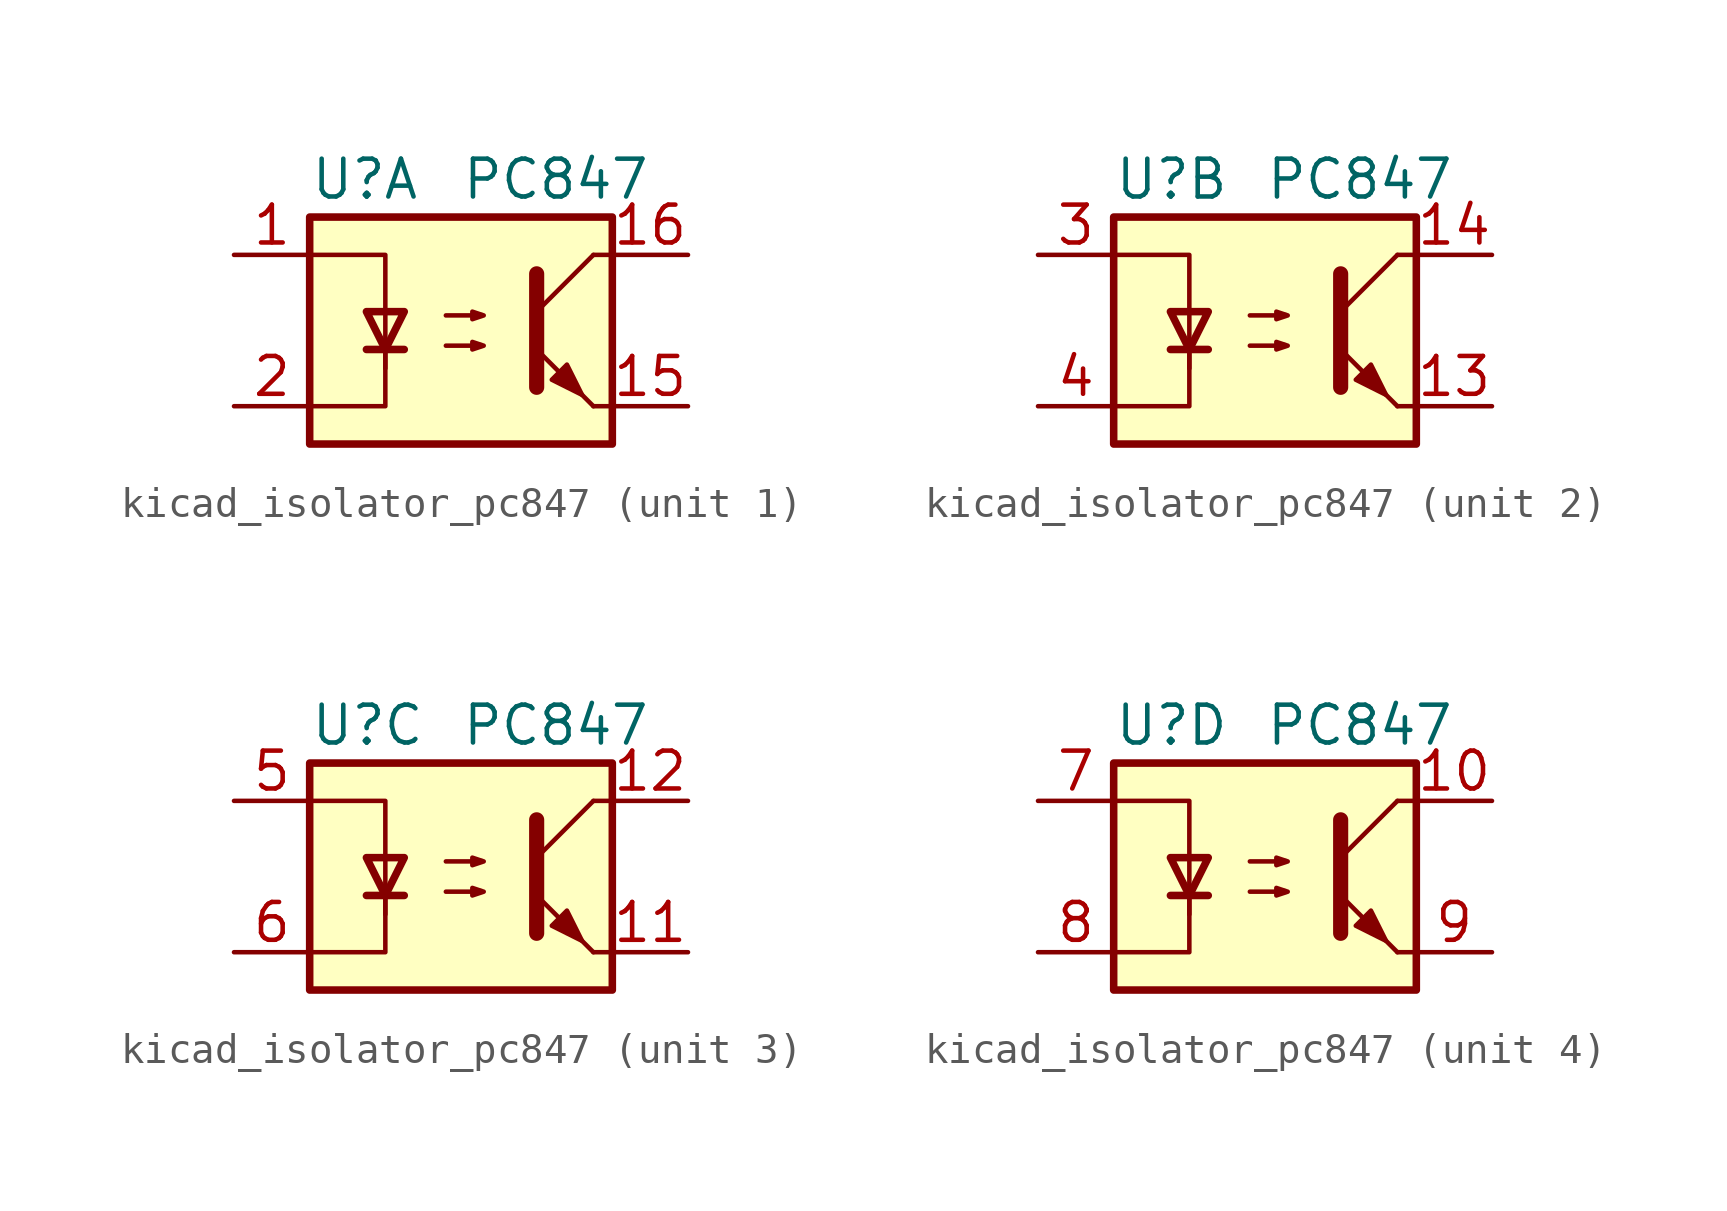
<source format=kicad_sym>
(kicad_symbol_lib
  (version 20220914)
  (generator kicad_symbol_editor)
  (symbol "kicad_isolator_pc847"
    (pin_names
      (offset 1.016))
    (property "Reference" "U"
      (at -5.08 5.08 0)
      (effects (font (size 1.27 1.27)) (justify left)))
    (property "Value" "PC847"
      (at 0 5.08 0)
      (effects (font (size 1.27 1.27)) (justify left)))
    (symbol "kicad_isolator_pc847_0_1"
      (rectangle (start -5.08 3.81) (end 5.08 -3.81) (stroke (width 0.254) (type default)) (fill (type background)))
      (polyline (pts (xy -3.175 -0.635) (xy -1.905 -0.635)) (stroke (width 0.254) (type default)) (fill (type none)))
      (polyline (pts (xy 2.54 0.635) (xy 4.445 2.54)) (stroke (width 0) (type default)) (fill (type none)))
      (polyline (pts (xy 4.445 -2.54) (xy 2.54 -0.635)) (stroke (width 0) (type default)) (fill (type outline)))
      (polyline (pts (xy 4.445 -2.54) (xy 5.08 -2.54)) (stroke (width 0) (type default)) (fill (type none)))
      (polyline (pts (xy 4.445 2.54) (xy 5.08 2.54)) (stroke (width 0) (type default)) (fill (type none)))
      (polyline (pts (xy -2.54 -0.635) (xy -2.54 -2.54) (xy -5.08 -2.54)) (stroke (width 0) (type default)) (fill (type none)))
      (polyline (pts (xy 2.54 1.905) (xy 2.54 -1.905) (xy 2.54 -1.905)) (stroke (width 0.508) (type default)) (fill (type none)))
      (polyline (pts (xy -5.08 2.54) (xy -2.54 2.54) (xy -2.54 -1.27) (xy -2.54 0.635)) (stroke (width 0) (type default)) (fill (type none)))
      (polyline (pts (xy -2.54 -0.635) (xy -3.175 0.635) (xy -1.905 0.635) (xy -2.54 -0.635)) (stroke (width 0.254) (type default)) (fill (type none)))
      (polyline (pts (xy -0.508 -0.508) (xy 0.762 -0.508) (xy 0.381 -0.635) (xy 0.381 -0.381) (xy 0.762 -0.508)) (stroke (width 0) (type default)) (fill (type none)))
      (polyline (pts (xy -0.508 0.508) (xy 0.762 0.508) (xy 0.381 0.381) (xy 0.381 0.635) (xy 0.762 0.508)) (stroke (width 0) (type default)) (fill (type none)))
      (polyline (pts (xy 3.048 -1.651) (xy 3.556 -1.143) (xy 4.064 -2.159) (xy 3.048 -1.651) (xy 3.048 -1.651)) (stroke (width 0) (type default)) (fill (type outline))))
    (symbol "kicad_isolator_pc847_1_1"
      (pin passive line (at -7.62 2.54 0) (length 2.54) (name "~" (effects (font (size 1.27 1.27)))) (number "1" (effects (font (size 1.27 1.27)))))
      (pin passive line (at 7.62 -2.54 180) (length 2.54) (name "~" (effects (font (size 1.27 1.27)))) (number "15" (effects (font (size 1.27 1.27)))))
      (pin passive line (at 7.62 2.54 180) (length 2.54) (name "~" (effects (font (size 1.27 1.27)))) (number "16" (effects (font (size 1.27 1.27)))))
      (pin passive line (at -7.62 -2.54 0) (length 2.54) (name "~" (effects (font (size 1.27 1.27)))) (number "2" (effects (font (size 1.27 1.27))))))
    (symbol "kicad_isolator_pc847_2_1"
      (pin passive line (at 7.62 -2.54 180) (length 2.54) (name "~" (effects (font (size 1.27 1.27)))) (number "13" (effects (font (size 1.27 1.27)))))
      (pin passive line (at 7.62 2.54 180) (length 2.54) (name "~" (effects (font (size 1.27 1.27)))) (number "14" (effects (font (size 1.27 1.27)))))
      (pin passive line (at -7.62 2.54 0) (length 2.54) (name "~" (effects (font (size 1.27 1.27)))) (number "3" (effects (font (size 1.27 1.27)))))
      (pin passive line (at -7.62 -2.54 0) (length 2.54) (name "~" (effects (font (size 1.27 1.27)))) (number "4" (effects (font (size 1.27 1.27))))))
    (symbol "kicad_isolator_pc847_3_1"
      (pin passive line (at 7.62 -2.54 180) (length 2.54) (name "~" (effects (font (size 1.27 1.27)))) (number "11" (effects (font (size 1.27 1.27)))))
      (pin passive line (at 7.62 2.54 180) (length 2.54) (name "~" (effects (font (size 1.27 1.27)))) (number "12" (effects (font (size 1.27 1.27)))))
      (pin passive line (at -7.62 2.54 0) (length 2.54) (name "~" (effects (font (size 1.27 1.27)))) (number "5" (effects (font (size 1.27 1.27)))))
      (pin passive line (at -7.62 -2.54 0) (length 2.54) (name "~" (effects (font (size 1.27 1.27)))) (number "6" (effects (font (size 1.27 1.27))))))
    (symbol "kicad_isolator_pc847_4_1"
      (pin passive line (at 7.62 2.54 180) (length 2.54) (name "~" (effects (font (size 1.27 1.27)))) (number "10" (effects (font (size 1.27 1.27)))))
      (pin passive line (at -7.62 2.54 0) (length 2.54) (name "~" (effects (font (size 1.27 1.27)))) (number "7" (effects (font (size 1.27 1.27)))))
      (pin passive line (at -7.62 -2.54 0) (length 2.54) (name "~" (effects (font (size 1.27 1.27)))) (number "8" (effects (font (size 1.27 1.27)))))
      (pin passive line (at 7.62 -2.54 180) (length 2.54) (name "~" (effects (font (size 1.27 1.27)))) (number "9" (effects (font (size 1.27 1.27))))))))
</source>
